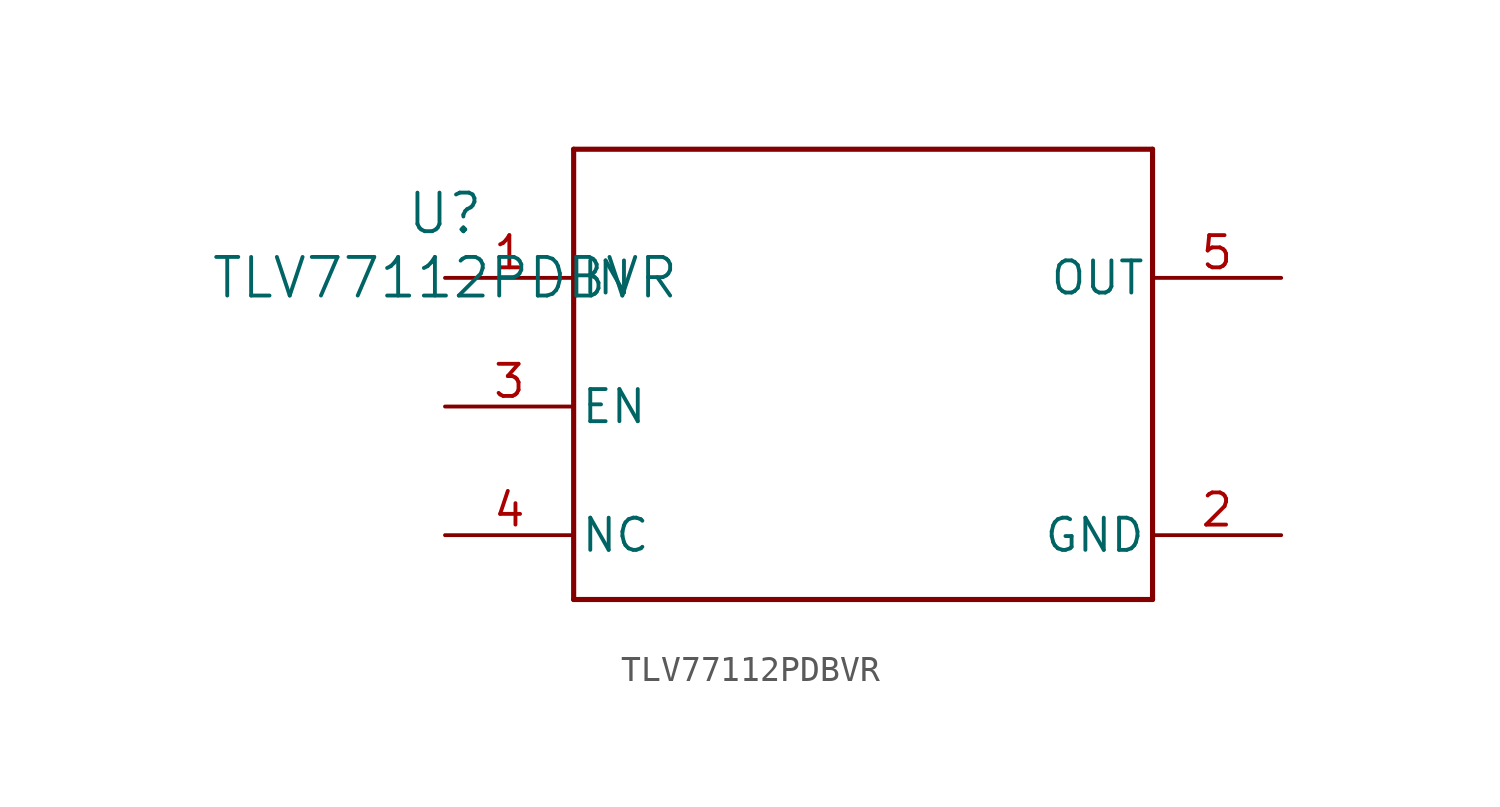
<source format=kicad_sym>
(kicad_symbol_lib
  (version 20211014)
  (generator kicad_symbol_editor)
  (symbol "TLV77112PDBVR"
    (pin_names
      (offset 0.254))
    (property "Reference" "U"
      (at 0 2.54 0)
      (effects (font (size 1.524 1.524))))
    (property "Value" "TLV77112PDBVR"
      (at 0 0 0)
      (effects (font (size 1.524 1.524))))
    (symbol "TLV77112PDBVR_0_1"
      (polyline (pts (xy 5.08 -12.7) (xy 27.94 -12.7)) (stroke (width 0.203) (type default) (color 0 0 0 0)) (fill (type none)))
      (polyline (pts (xy 27.94 -12.7) (xy 27.94 5.08)) (stroke (width 0.203) (type default) (color 0 0 0 0)) (fill (type none)))
      (polyline (pts (xy 27.94 5.08) (xy 5.08 5.08)) (stroke (width 0.203) (type default) (color 0 0 0 0)) (fill (type none)))
      (polyline (pts (xy 5.08 5.08) (xy 5.08 -12.7)) (stroke (width 0.203) (type default) (color 0 0 0 0)) (fill (type none)))
      (pin power_in line (at 0 0 0) (length 5.08) (name "IN" (effects (font (size 1.27 1.27)))) (number "1" (effects (font (size 1.27 1.27)))))
      (pin power_in line (at 33.02 -10.16 180) (length 5.08) (name "GND" (effects (font (size 1.27 1.27)))) (number "2" (effects (font (size 1.27 1.27)))))
      (pin input line (at 0 -5.08 0) (length 5.08) (name "EN" (effects (font (size 1.27 1.27)))) (number "3" (effects (font (size 1.27 1.27)))))
      (pin unspecified line (at 0 -10.16 0) (length 5.08) (name "NC" (effects (font (size 1.27 1.27)))) (number "4" (effects (font (size 1.27 1.27)))))
      (pin unspecified line (at 33.02 0 180) (length 5.08) (name "OUT" (effects (font (size 1.27 1.27)))) (number "5" (effects (font (size 1.27 1.27))))))))
</source>
